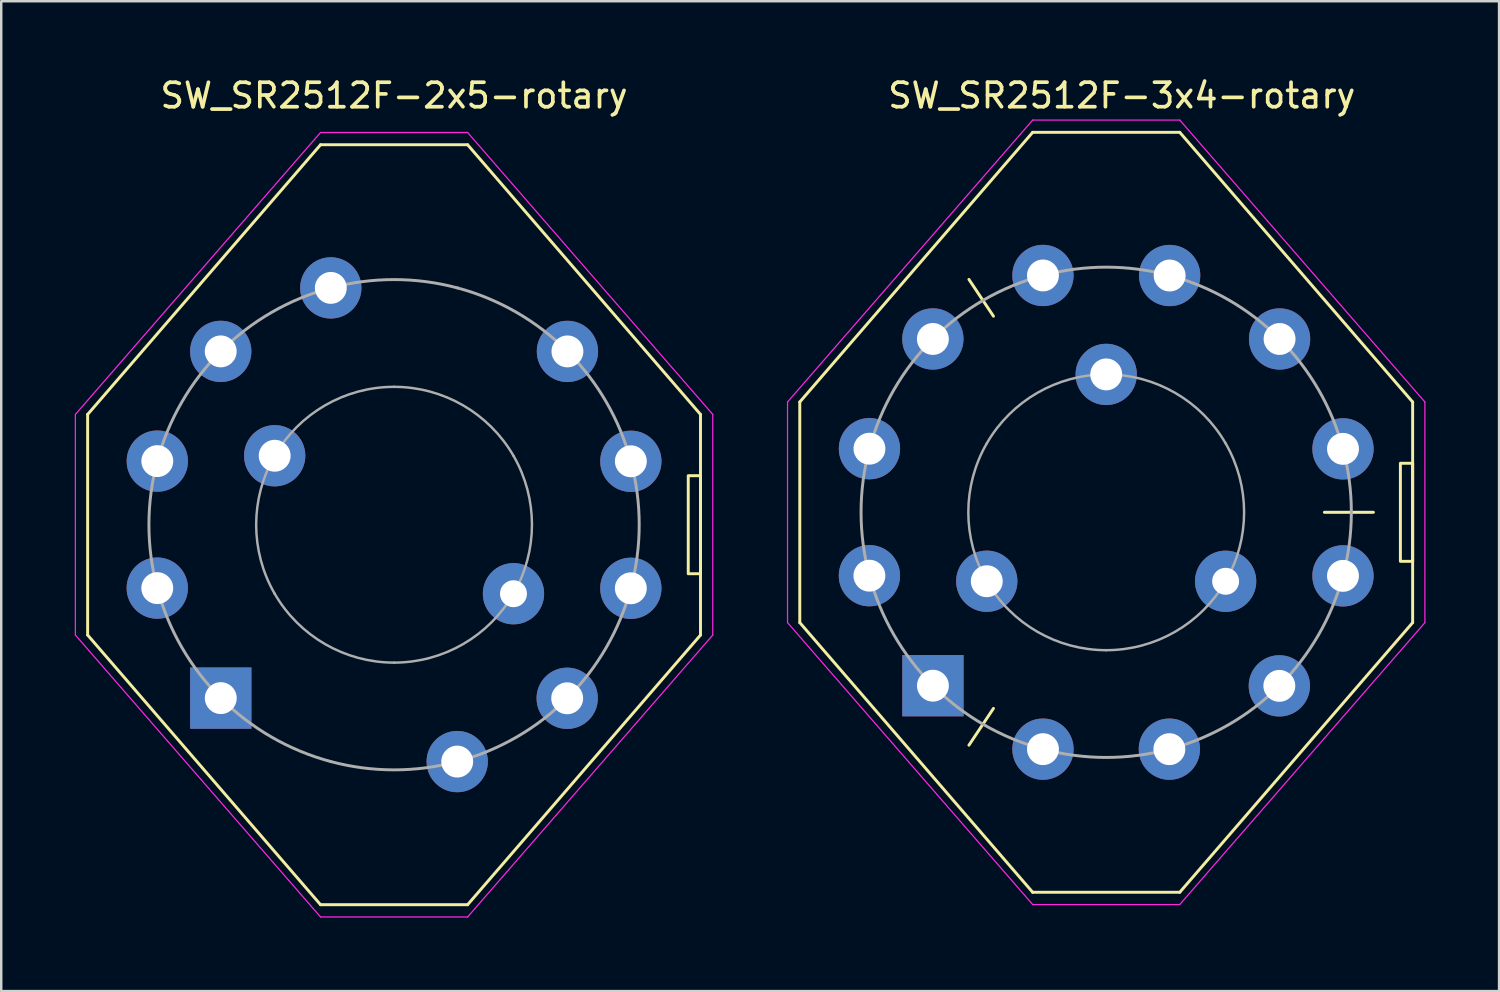
<source format=kicad_pcb>
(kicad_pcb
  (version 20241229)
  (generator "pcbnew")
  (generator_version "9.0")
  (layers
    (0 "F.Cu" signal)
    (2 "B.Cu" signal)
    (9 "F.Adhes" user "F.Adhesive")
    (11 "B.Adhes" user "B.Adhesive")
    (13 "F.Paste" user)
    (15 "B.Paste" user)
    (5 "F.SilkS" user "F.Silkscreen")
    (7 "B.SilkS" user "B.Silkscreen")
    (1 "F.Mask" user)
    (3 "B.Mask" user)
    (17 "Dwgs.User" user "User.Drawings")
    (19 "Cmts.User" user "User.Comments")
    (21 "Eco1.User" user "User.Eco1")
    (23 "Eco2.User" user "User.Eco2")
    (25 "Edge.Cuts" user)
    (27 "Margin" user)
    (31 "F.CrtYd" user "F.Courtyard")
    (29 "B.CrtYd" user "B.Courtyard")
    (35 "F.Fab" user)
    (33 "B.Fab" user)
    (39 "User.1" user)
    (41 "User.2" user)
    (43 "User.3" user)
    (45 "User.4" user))
  (footprint "SW_SR2512F-2x5-rotary"
    (layer "F.Cu")
    (at 13.025 18.355)
    (property "Reference" "SW_SR2512F-2x5-rotary" (at 0 -17.506 0) (layer "F.SilkS") (effects (font (size 1 1) (thickness 0.15))))
    (attr through_hole)
    (fp_line (start -12.5 -4.5) (end -12.5 4.5) (stroke (width 0.12) (type default)) (layer "F.SilkS"))
    (fp_line (start -3 -15.5) (end -12.5 -4.5) (stroke (width 0.12) (type default)) (layer "F.SilkS"))
    (fp_line (start -3 -15.5) (end 3 -15.5) (stroke (width 0.12) (type default)) (layer "F.SilkS"))
    (fp_line (start -3 15.5) (end -12.5 4.5) (stroke (width 0.12) (type default)) (layer "F.SilkS"))
    (fp_line (start -3 15.5) (end 3 15.5) (stroke (width 0.12) (type default)) (layer "F.SilkS"))
    (fp_line (start 3 -15.5) (end 12.5 -4.5) (stroke (width 0.12) (type default)) (layer "F.SilkS"))
    (fp_line (start 12.5 -4.5) (end 12.5 4.5) (stroke (width 0.12) (type default)) (layer "F.SilkS"))
    (fp_line (start 12.5 4.5) (end 3 15.5) (stroke (width 0.12) (type default)) (layer "F.SilkS"))
    (fp_rect (start 12.5 -2) (end 12 2) (stroke (width 0.12) (type default)) (fill no) (layer "F.SilkS"))
    (fp_line (start -13 -4.5) (end -3 -16) (stroke (width 0.05) (type default)) (layer "F.CrtYd"))
    (fp_line (start -13 4.5) (end -13 -4.5) (stroke (width 0.05) (type default)) (layer "F.CrtYd"))
    (fp_line (start -3 -16) (end 3 -16) (stroke (width 0.05) (type default)) (layer "F.CrtYd"))
    (fp_line (start -3 16) (end -13 4.5) (stroke (width 0.05) (type default)) (layer "F.CrtYd"))
    (fp_line (start 3 -16) (end 13 -4.5) (stroke (width 0.05) (type default)) (layer "F.CrtYd"))
    (fp_line (start 3 16) (end -3 16) (stroke (width 0.05) (type default)) (layer "F.CrtYd"))
    (fp_line (start 13 -4.5) (end 13 4.5) (stroke (width 0.05) (type default)) (layer "F.CrtYd"))
    (fp_line (start 13 4.5) (end 3 16) (stroke (width 0.05) (type default)) (layer "F.CrtYd"))
    (fp_arc (start -9.659972 2.585515) (mid -9.999996 -0.00477) (end -9.657501 -2.59473) (stroke (width 0.12) (type default)) (layer "F.Fab"))
    (fp_arc (start -9.657501 -2.59473) (mid -8.658494 -5.003042) (end -7.070884 -7.071248) (stroke (width 0.12) (type default)) (layer "F.Fab"))
    (fp_arc (start -7.070884 -7.071248) (mid -4.996742 -8.662132) (end -2.581174 -9.661134) (stroke (width 0.12) (type default)) (layer "F.Fab"))
    (fp_arc (start -7.06939 7.072741) (mid -8.660352 4.999826) (end -9.659972 2.585515) (stroke (width 0.12) (type default)) (layer "F.Fab"))
    (fp_arc (start -4.871942 2.811547) (mid -5.624999 -0.001445) (end -4.870497 -2.814049) (stroke (width 0.1) (type default)) (layer "F.Fab"))
    (fp_arc (start -4.870496 -2.814049) (mid -2.811724 -4.871839) (end 0 -5.624998) (stroke (width 0.1) (type default)) (layer "F.Fab"))
    (fp_arc (start -2.581174 -9.661134) (mid 0.003533 -9.999998) (end 2.588 -9.659307) (stroke (width 0.12) (type default)) (layer "F.Fab"))
    (fp_arc (start -2.579719 9.661521) (mid -4.995175 8.663035) (end -7.06939 7.072741) (stroke (width 0.12) (type default)) (layer "F.Fab"))
    (fp_arc (start 0 -5.625) (mid 2.814367 -4.870314) (end 4.873548 -2.808765) (stroke (width 0.1) (type default)) (layer "F.Fab"))
    (fp_arc (start 0.000901 5.624999) (mid -2.812586 4.871342) (end -4.871942 2.811547) (stroke (width 0.1) (type default)) (layer "F.Fab"))
    (fp_arc (start 2.576266 9.662441) (mid -0.001787 9.999996) (end -2.579719 9.66152) (stroke (width 0.12) (type default)) (layer "F.Fab"))
    (fp_arc (start 2.588 -9.659308) (mid 5.000301 -8.660079) (end 7.071699 -7.070435) (stroke (width 0.12) (type default)) (layer "F.Fab"))
    (fp_arc (start 4.870519 2.814012) (mid 2.811683 4.871724) (end 0 5.624999) (stroke (width 0.1) (type default)) (layer "F.Fab"))
    (fp_arc (start 4.873548 -2.808765) (mid 5.625 0.003029) (end 4.870519 2.814012) (stroke (width 0.1) (type default)) (layer "F.Fab"))
    (fp_arc (start 7.061714 7.080404) (mid 4.988927 8.666633) (end 2.576266 9.662441) (stroke (width 0.12) (type default)) (layer "F.Fab"))
    (fp_arc (start 7.071698 -7.070434) (mid 8.660511 -4.99955) (end 9.659293 -2.588053) (stroke (width 0.12) (type default)) (layer "F.Fab"))
    (fp_arc (start 9.658071 2.592601) (mid 8.655801 5.007696) (end 7.061714 7.080404) (stroke (width 0.12) (type default)) (layer "F.Fab"))
    (fp_arc (start 9.659292 -2.588053) (mid 9.999997 0.002354) (end 9.658072 2.592601) (stroke (width 0.12) (type default)) (layer "F.Fab"))
    (pad "1" thru_hole rect (at -7.069 7.073) (size 2.5 2.5) (drill 1.3) (layers "*.Cu" "*.Mask"))
    (pad "2" thru_hole circle (at -9.66 2.586) (size 2.5 2.5) (drill 1.3) (layers "*.Cu" "*.Mask"))
    (pad "3" thru_hole circle (at -9.658 -2.595) (size 2.5 2.5) (drill 1.3) (layers "*.Cu" "*.Mask"))
    (pad "4" thru_hole circle (at -7.071 -7.071) (size 2.5 2.5) (drill 1.3) (layers "*.Cu" "*.Mask"))
    (pad "5" thru_hole circle (at -2.581 -9.661) (size 2.5 2.5) (drill 1.3) (layers "*.Cu" "*.Mask"))
    (pad "6" thru_hole circle (at 7.072 -7.07) (size 2.5 2.5) (drill 1.3) (layers "*.Cu" "*.Mask"))
    (pad "7" thru_hole circle (at 9.659 -2.588) (size 2.5 2.5) (drill 1.3) (layers "*.Cu" "*.Mask"))
    (pad "8" thru_hole circle (at 9.658 2.593) (size 2.5 2.5) (drill 1.3) (layers "*.Cu" "*.Mask"))
    (pad "9" thru_hole circle (at 7.062 7.08) (size 2.5 2.5) (drill 1.3) (layers "*.Cu" "*.Mask"))
    (pad "10" thru_hole circle (at 2.576 9.662) (size 2.5 2.5) (drill 1.3) (layers "*.Cu" "*.Mask"))
    (pad "11" thru_hole circle (at -4.87 -2.814) (size 2.5 2.5) (drill 1.3) (layers "*.Cu" "*.Mask"))
    (pad "12" thru_hole circle (at 4.871 2.814) (size 2.5 2.5) (drill 1.1) (layers "*.Cu" "*.Mask")))
  (footprint "SW_SR2512F-3x4-rotary"
    (layer "F.Cu")
    (at 42.075 17.848)
    (property "Reference" "SW_SR2512F-3x4-rotary" (at 0.635 -17 0) (layer "F.SilkS") (effects (font (size 1 1) (thickness 0.15))))
    (attr through_hole)
    (fp_line (start -12.5 -4.5) (end -12.5 4.5) (stroke (width 0.12) (type default)) (layer "F.SilkS"))
    (fp_line (start -4.6 -8) (end -5.6 -9.5) (stroke (width 0.12) (type default)) (layer "F.SilkS"))
    (fp_line (start -4.6 8) (end -5.6 9.5) (stroke (width 0.12) (type default)) (layer "F.SilkS"))
    (fp_line (start -3 -15.5) (end -12.5 -4.5) (stroke (width 0.12) (type default)) (layer "F.SilkS"))
    (fp_line (start -3 -15.5) (end 3 -15.5) (stroke (width 0.12) (type default)) (layer "F.SilkS"))
    (fp_line (start -3 15.5) (end -12.5 4.5) (stroke (width 0.12) (type default)) (layer "F.SilkS"))
    (fp_line (start -3 15.5) (end 3 15.5) (stroke (width 0.12) (type default)) (layer "F.SilkS"))
    (fp_line (start 3 -15.5) (end 12.5 -4.5) (stroke (width 0.12) (type default)) (layer "F.SilkS"))
    (fp_line (start 8.9 0) (end 10.9 0) (stroke (width 0.12) (type default)) (layer "F.SilkS"))
    (fp_line (start 12.5 -4.5) (end 12.5 4.5) (stroke (width 0.12) (type default)) (layer "F.SilkS"))
    (fp_line (start 12.5 4.5) (end 3 15.5) (stroke (width 0.12) (type default)) (layer "F.SilkS"))
    (fp_rect (start 12.5 -2) (end 12 2) (stroke (width 0.12) (type default)) (fill no) (layer "F.SilkS"))
    (fp_line (start -13 -4.5) (end -3 -16) (stroke (width 0.05) (type default)) (layer "F.CrtYd"))
    (fp_line (start -13 4.5) (end -13 -4.5) (stroke (width 0.05) (type default)) (layer "F.CrtYd"))
    (fp_line (start -3 -16) (end 3 -16) (stroke (width 0.05) (type default)) (layer "F.CrtYd"))
    (fp_line (start -3 16) (end -13 4.5) (stroke (width 0.05) (type default)) (layer "F.CrtYd"))
    (fp_line (start 3 -16) (end 13 -4.5) (stroke (width 0.05) (type default)) (layer "F.CrtYd"))
    (fp_line (start 3 16) (end -3 16) (stroke (width 0.05) (type default)) (layer "F.CrtYd"))
    (fp_line (start 13 -4.5) (end 13 4.5) (stroke (width 0.05) (type default)) (layer "F.CrtYd"))
    (fp_line (start 13 4.5) (end 3 16) (stroke (width 0.05) (type default)) (layer "F.CrtYd"))
    (fp_arc (start -9.659972 2.585515) (mid -9.999996 -0.00477) (end -9.657501 -2.59473) (stroke (width 0.12) (type default)) (layer "F.Fab"))
    (fp_arc (start -9.657501 -2.59473) (mid -8.658494 -5.003042) (end -7.070884 -7.071248) (stroke (width 0.12) (type default)) (layer "F.Fab"))
    (fp_arc (start -7.070884 -7.071248) (mid -4.996742 -8.662132) (end -2.581174 -9.661134) (stroke (width 0.12) (type default)) (layer "F.Fab"))
    (fp_arc (start -7.06939 7.072741) (mid -8.660352 4.999826) (end -9.659972 2.585515) (stroke (width 0.12) (type default)) (layer "F.Fab"))
    (fp_arc (start -4.871942 2.811547) (mid -5.624999 -0.001445) (end -4.870497 -2.814049) (stroke (width 0.1) (type default)) (layer "F.Fab"))
    (fp_arc (start -4.870496 -2.814049) (mid -2.811724 -4.871839) (end 0 -5.624998) (stroke (width 0.1) (type default)) (layer "F.Fab"))
    (fp_arc (start -2.581174 -9.661134) (mid 0.003533 -9.999998) (end 2.588 -9.659307) (stroke (width 0.12) (type default)) (layer "F.Fab"))
    (fp_arc (start -2.579719 9.661521) (mid -4.995175 8.663035) (end -7.06939 7.072741) (stroke (width 0.12) (type default)) (layer "F.Fab"))
    (fp_arc (start 0 -5.625) (mid 2.814367 -4.870314) (end 4.873548 -2.808765) (stroke (width 0.1) (type default)) (layer "F.Fab"))
    (fp_arc (start 0.000901 5.624999) (mid -2.812586 4.871342) (end -4.871942 2.811547) (stroke (width 0.1) (type default)) (layer "F.Fab"))
    (fp_arc (start 2.576266 9.662441) (mid -0.001787 9.999996) (end -2.579719 9.66152) (stroke (width 0.12) (type default)) (layer "F.Fab"))
    (fp_arc (start 2.588 -9.659308) (mid 5.000301 -8.660079) (end 7.071699 -7.070435) (stroke (width 0.12) (type default)) (layer "F.Fab"))
    (fp_arc (start 4.870519 2.814012) (mid 2.811683 4.871724) (end 0 5.624999) (stroke (width 0.1) (type default)) (layer "F.Fab"))
    (fp_arc (start 4.873548 -2.808765) (mid 5.625 0.003029) (end 4.870519 2.814012) (stroke (width 0.1) (type default)) (layer "F.Fab"))
    (fp_arc (start 7.061714 7.080404) (mid 4.988927 8.666633) (end 2.576266 9.662441) (stroke (width 0.12) (type default)) (layer "F.Fab"))
    (fp_arc (start 7.071698 -7.070434) (mid 8.660511 -4.99955) (end 9.659293 -2.588053) (stroke (width 0.12) (type default)) (layer "F.Fab"))
    (fp_arc (start 9.658071 2.592601) (mid 8.655801 5.007696) (end 7.061714 7.080404) (stroke (width 0.12) (type default)) (layer "F.Fab"))
    (fp_arc (start 9.659292 -2.588053) (mid 9.999997 0.002354) (end 9.658072 2.592601) (stroke (width 0.12) (type default)) (layer "F.Fab"))
    (pad "1" thru_hole rect (at -7.069 7.073) (size 2.5 2.5) (drill 1.3) (layers "*.Cu" "*.Mask"))
    (pad "2" thru_hole circle (at -9.66 2.586) (size 2.5 2.5) (drill 1.3) (layers "*.Cu" "*.Mask"))
    (pad "3" thru_hole circle (at -9.658 -2.595) (size 2.5 2.5) (drill 1.3) (layers "*.Cu" "*.Mask"))
    (pad "4" thru_hole circle (at -7.071 -7.071) (size 2.5 2.5) (drill 1.3) (layers "*.Cu" "*.Mask"))
    (pad "5" thru_hole circle (at -2.581 -9.661) (size 2.5 2.5) (drill 1.3) (layers "*.Cu" "*.Mask"))
    (pad "6" thru_hole circle (at 2.588 -9.659) (size 2.5 2.5) (drill 1.3) (layers "*.Cu" "*.Mask"))
    (pad "7" thru_hole circle (at 7.072 -7.07) (size 2.5 2.5) (drill 1.3) (layers "*.Cu" "*.Mask"))
    (pad "8" thru_hole circle (at 9.659 -2.588) (size 2.5 2.5) (drill 1.3) (layers "*.Cu" "*.Mask"))
    (pad "9" thru_hole circle (at 9.658 2.593) (size 2.5 2.5) (drill 1.3) (layers "*.Cu" "*.Mask"))
    (pad "10" thru_hole circle (at 7.062 7.08) (size 2.5 2.5) (drill 1.3) (layers "*.Cu" "*.Mask"))
    (pad "11" thru_hole circle (at 2.576 9.662) (size 2.5 2.5) (drill 1.3) (layers "*.Cu" "*.Mask"))
    (pad "12" thru_hole circle (at -2.58 9.662) (size 2.5 2.5) (drill 1.3) (layers "*.Cu" "*.Mask"))
    (pad "13" thru_hole circle (at -4.872 2.812) (size 2.5 2.5) (drill 1.3) (layers "*.Cu" "*.Mask"))
    (pad "14" thru_hole circle (at 0 -5.625) (size 2.5 2.5) (drill 1.3) (layers "*.Cu" "*.Mask"))
    (pad "15" thru_hole circle (at 4.871 2.814) (size 2.5 2.5) (drill 1.1) (layers "*.Cu" "*.Mask")))
  (gr_rect
    (start -3 -3)
    (end 58.1 37.38)
    (stroke (width 0.1) (type default))
    (fill no)
    (layer "Edge.Cuts")))
</source>
